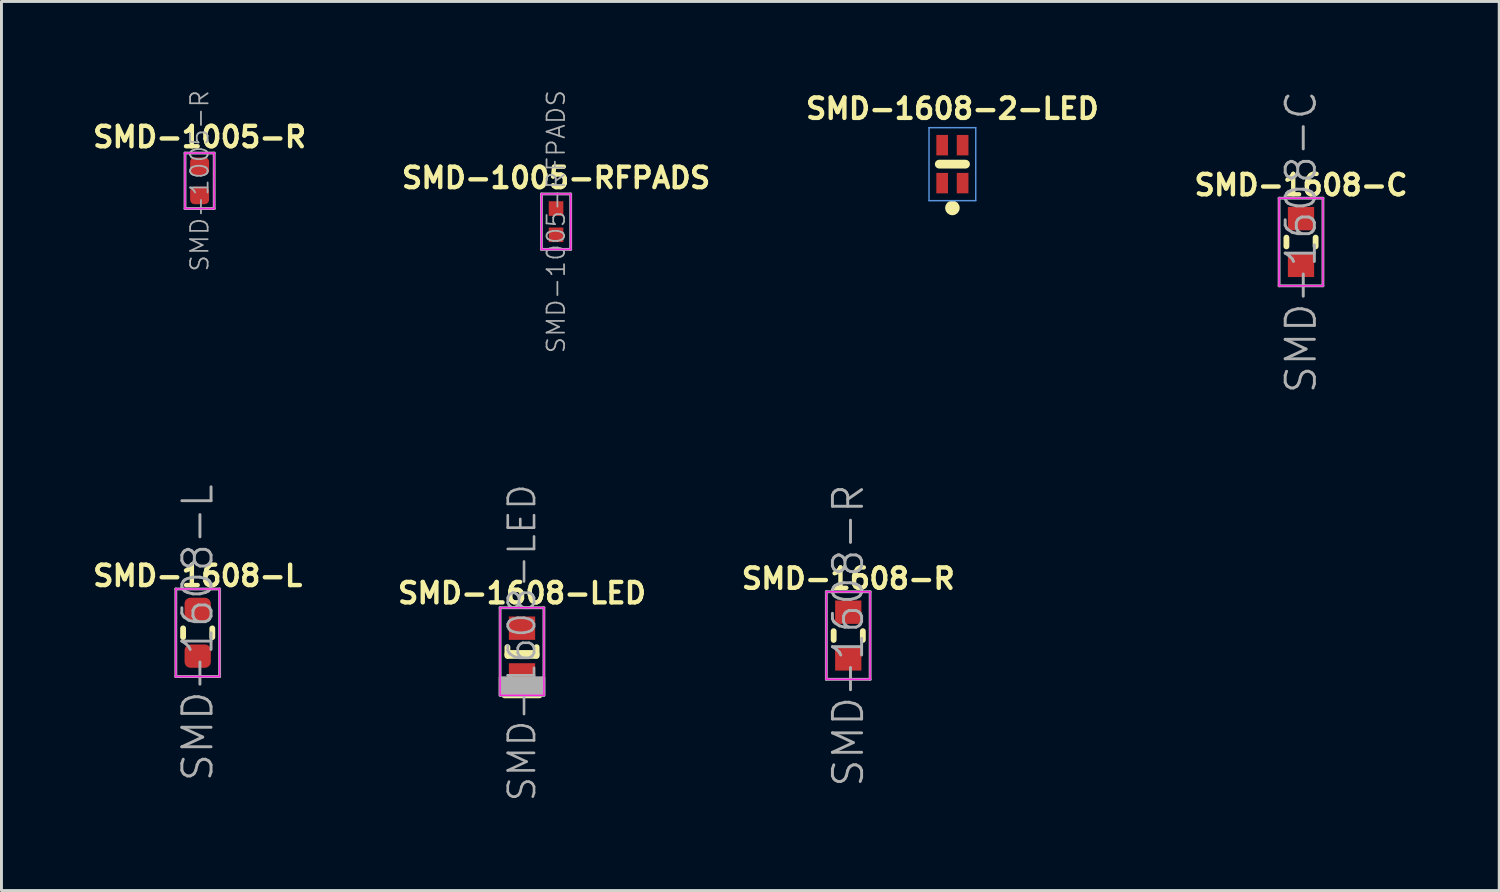
<source format=kicad_pcb>
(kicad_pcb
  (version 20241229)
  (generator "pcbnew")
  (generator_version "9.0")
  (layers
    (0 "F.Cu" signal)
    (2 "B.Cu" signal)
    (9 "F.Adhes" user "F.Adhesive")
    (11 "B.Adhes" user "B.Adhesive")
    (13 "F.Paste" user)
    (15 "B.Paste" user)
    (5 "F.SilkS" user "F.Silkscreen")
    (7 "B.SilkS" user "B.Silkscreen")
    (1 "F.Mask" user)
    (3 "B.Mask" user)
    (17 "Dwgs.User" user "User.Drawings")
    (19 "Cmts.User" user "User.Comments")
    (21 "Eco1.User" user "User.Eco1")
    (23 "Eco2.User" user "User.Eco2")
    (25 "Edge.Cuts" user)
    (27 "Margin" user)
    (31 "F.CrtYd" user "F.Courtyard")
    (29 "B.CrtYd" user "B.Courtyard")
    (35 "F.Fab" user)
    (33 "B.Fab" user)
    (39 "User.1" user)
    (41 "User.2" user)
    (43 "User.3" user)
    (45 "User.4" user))
  (footprint "SMD-1608-R"
    (layer "F.Cu")
    (at 26.008 18.721)
    (property "Reference" "SMD-1608-R" (at 0 -1.95 0) (layer "F.SilkS") (effects (font (size 0.7 0.7) (thickness 0.15))))
    (attr smd)
    (fp_line (start -0.5 -0.15) (end -0.5 0.15) (stroke (width 0.2) (type solid)) (layer "F.SilkS"))
    (fp_line (start 0.5 -0.15) (end 0.5 0.15) (stroke (width 0.2) (type solid)) (layer "F.SilkS"))
    (fp_line (start -0.75 -1.5) (end -0.75 1.5) (stroke (width 0.05) (type solid)) (layer "F.CrtYd"))
    (fp_line (start -0.75 1.5) (end 0.75 1.5) (stroke (width 0.05) (type solid)) (layer "F.CrtYd"))
    (fp_line (start 0.75 -1.5) (end -0.75 -1.5) (stroke (width 0.05) (type solid)) (layer "F.CrtYd"))
    (fp_line (start 0.75 1.5) (end 0.75 -1.5) (stroke (width 0.05) (type solid)) (layer "F.CrtYd"))
    (fp_line (start -0.75 -1.5) (end 0.75 -1.5) (stroke (width 0.1) (type solid)) (layer "F.Fab"))
    (fp_line (start -0.75 1.5) (end -0.75 -1.5) (stroke (width 0.1) (type solid)) (layer "F.Fab"))
    (fp_line (start 0.75 -1.5) (end 0.75 1.5) (stroke (width 0.1) (type solid)) (layer "F.Fab"))
    (fp_line (start 0.75 1.5) (end -0.75 1.5) (stroke (width 0.1) (type solid)) (layer "F.Fab"))
    (fp_text user "${REFERENCE}" (at 0 0 90) (layer "F.Fab") (effects (font (size 1 1) (thickness 0.1))))
    (pad "1" smd rect (at 0 -0.8) (size 0.9 0.8) (layers "F.Cu" "F.Mask" "F.Paste"))
    (pad "2" smd rect (at 0 0.8) (size 0.9 0.8) (layers "F.Cu" "F.Mask" "F.Paste")))
  (footprint "SMD-1608-LED"
    (layer "F.Cu")
    (at 14.832 19.269)
    (property "Reference" "SMD-1608-LED" (at 0 -2 0) (layer "F.SilkS") (effects (font (size 0.7 0.7) (thickness 0.15))))
    (attr smd)
    (fp_line (start -0.6 1.5) (end 0.6 1.5) (stroke (width 0.2) (type solid)) (layer "F.SilkS"))
    (fp_line (start -0.5 -0.15) (end -0.5 0.15) (stroke (width 0.2) (type solid)) (layer "F.SilkS"))
    (fp_line (start -0.45 0.1) (end 0.45 0.1) (stroke (width 0.3) (type solid)) (layer "F.SilkS"))
    (fp_line (start 0.5 -0.15) (end 0.5 0.15) (stroke (width 0.2) (type solid)) (layer "F.SilkS"))
    (fp_line (start -0.75 -1.5) (end -0.75 1.5) (stroke (width 0.05) (type solid)) (layer "F.CrtYd"))
    (fp_line (start -0.75 1.5) (end 0.75 1.5) (stroke (width 0.05) (type solid)) (layer "F.CrtYd"))
    (fp_line (start 0.75 -1.5) (end -0.75 -1.5) (stroke (width 0.05) (type solid)) (layer "F.CrtYd"))
    (fp_line (start 0.75 1.5) (end 0.75 -1.5) (stroke (width 0.05) (type solid)) (layer "F.CrtYd"))
    (fp_line (start -0.75 -1.5) (end 0.75 -1.5) (stroke (width 0.1) (type solid)) (layer "F.Fab"))
    (fp_line (start -0.75 0.95) (end 0.75 0.95) (stroke (width 0.1) (type solid)) (layer "F.Fab"))
    (fp_line (start -0.75 1.05) (end 0.75 1.05) (stroke (width 0.1) (type solid)) (layer "F.Fab"))
    (fp_line (start -0.75 1.15) (end 0.75 1.15) (stroke (width 0.1) (type solid)) (layer "F.Fab"))
    (fp_line (start -0.75 1.25) (end 0.75 1.25) (stroke (width 0.1) (type solid)) (layer "F.Fab"))
    (fp_line (start -0.75 1.35) (end 0.75 1.35) (stroke (width 0.1) (type solid)) (layer "F.Fab"))
    (fp_line (start -0.75 1.45) (end 0.75 1.45) (stroke (width 0.1) (type solid)) (layer "F.Fab"))
    (fp_line (start -0.75 1.5) (end -0.75 -1.5) (stroke (width 0.1) (type solid)) (layer "F.Fab"))
    (fp_line (start 0.75 -1.5) (end 0.75 1.5) (stroke (width 0.1) (type solid)) (layer "F.Fab"))
    (fp_line (start 0.75 0.9) (end -0.75 0.9) (stroke (width 0.1) (type solid)) (layer "F.Fab"))
    (fp_line (start 0.75 1) (end -0.75 1) (stroke (width 0.1) (type solid)) (layer "F.Fab"))
    (fp_line (start 0.75 1.1) (end -0.75 1.1) (stroke (width 0.1) (type solid)) (layer "F.Fab"))
    (fp_line (start 0.75 1.2) (end -0.75 1.2) (stroke (width 0.1) (type solid)) (layer "F.Fab"))
    (fp_line (start 0.75 1.3) (end -0.75 1.3) (stroke (width 0.1) (type solid)) (layer "F.Fab"))
    (fp_line (start 0.75 1.4) (end -0.75 1.4) (stroke (width 0.1) (type solid)) (layer "F.Fab"))
    (fp_line (start 0.75 1.5) (end -0.75 1.5) (stroke (width 0.1) (type solid)) (layer "F.Fab"))
    (fp_text user "${REFERENCE}" (at 0 -0.3 90) (layer "F.Fab") (effects (font (size 0.9 0.9) (thickness 0.09))))
    (pad "A" smd rect (at 0 -0.8) (size 0.9 0.8) (layers "F.Cu" "F.Mask" "F.Paste"))
    (pad "C" smd rect (at 0 0.8) (size 0.9 0.8) (layers "F.Cu" "F.Mask" "F.Paste")))
  (footprint "SMD-1608-C"
    (layer "F.Cu")
    (at 41.518 5.24)
    (property "Reference" "SMD-1608-C" (at 0 -1.95 0) (layer "F.SilkS") (effects (font (size 0.7 0.7) (thickness 0.15))))
    (attr smd)
    (fp_line (start -0.5 -0.15) (end -0.5 0.15) (stroke (width 0.2) (type solid)) (layer "F.SilkS"))
    (fp_line (start 0.5 -0.15) (end 0.5 0.15) (stroke (width 0.2) (type solid)) (layer "F.SilkS"))
    (fp_line (start -0.75 -1.5) (end -0.75 1.5) (stroke (width 0.05) (type solid)) (layer "F.CrtYd"))
    (fp_line (start -0.75 1.5) (end 0.75 1.5) (stroke (width 0.05) (type solid)) (layer "F.CrtYd"))
    (fp_line (start 0.75 -1.5) (end -0.75 -1.5) (stroke (width 0.05) (type solid)) (layer "F.CrtYd"))
    (fp_line (start 0.75 1.5) (end 0.75 -1.5) (stroke (width 0.05) (type solid)) (layer "F.CrtYd"))
    (fp_line (start -0.75 -1.5) (end 0.75 -1.5) (stroke (width 0.1) (type solid)) (layer "F.Fab"))
    (fp_line (start -0.75 1.5) (end -0.75 -1.5) (stroke (width 0.1) (type solid)) (layer "F.Fab"))
    (fp_line (start 0.75 -1.5) (end 0.75 1.5) (stroke (width 0.1) (type solid)) (layer "F.Fab"))
    (fp_line (start 0.75 1.5) (end -0.75 1.5) (stroke (width 0.1) (type solid)) (layer "F.Fab"))
    (fp_text user "${REFERENCE}" (at 0 0 90) (layer "F.Fab") (effects (font (size 1 1) (thickness 0.1))))
    (pad "1" smd rect (at 0 -0.8) (size 0.9 0.8) (layers "F.Cu" "F.Mask" "F.Paste"))
    (pad "2" smd rect (at 0 0.8) (size 0.9 0.8) (layers "F.Cu" "F.Mask" "F.Paste")))
  (footprint "SMD-1608-2-LED"
    (layer "F.Cu")
    (at 29.575 2.573)
    (property "Reference" "SMD-1608-2-LED" (at 0 -1.9 0) (layer "F.SilkS") (effects (font (size 0.7 0.7) (thickness 0.15))))
    (attr through_hole)
    (fp_line (start -0.45 0) (end 0.45 0) (stroke (width 0.3) (type solid)) (layer "F.SilkS"))
    (fp_circle (center 0 1.5) (end -0.125 1.5) (stroke (width 0.25) (type solid)) (fill no) (layer "F.SilkS"))
    (fp_line (start -0.8 -1.25) (end -0.8 1.25) (stroke (width 0.05) (type solid)) (layer "Cmts.User"))
    (fp_line (start -0.8 1.25) (end 0.8 1.25) (stroke (width 0.05) (type solid)) (layer "Cmts.User"))
    (fp_line (start 0.8 -1.25) (end -0.8 -1.25) (stroke (width 0.05) (type solid)) (layer "Cmts.User"))
    (fp_line (start 0.8 1.25) (end 0.8 -1.25) (stroke (width 0.05) (type solid)) (layer "Cmts.User"))
    (pad "A1" smd rect (at -0.35 -0.65) (size 0.4 0.7) (layers "F.Cu" "F.Mask" "F.Paste"))
    (pad "A2" smd rect (at 0.35 -0.65) (size 0.4 0.7) (layers "F.Cu" "F.Mask" "F.Paste"))
    (pad "C1" smd rect (at -0.35 0.65) (size 0.4 0.7) (layers "F.Cu" "F.Mask" "F.Paste"))
    (pad "C2" smd rect (at 0.35 0.65) (size 0.4 0.7) (layers "F.Cu" "F.Mask" "F.Paste")))
  (footprint "SMD-1005-RFPADS"
    (layer "F.Cu")
    (at 15.998 4.544)
    (property "Reference" "SMD-1005-RFPADS" (at 0 -1.5 0) (layer "F.SilkS") (effects (font (size 0.7 0.7) (thickness 0.15))))
    (attr smd)
    (fp_line (start -0.5 -0.95) (end 0.5 -0.95) (stroke (width 0.05) (type solid)) (layer "F.CrtYd"))
    (fp_line (start -0.5 0.95) (end -0.5 -0.95) (stroke (width 0.05) (type solid)) (layer "F.CrtYd"))
    (fp_line (start 0.5 -0.95) (end 0.5 0.95) (stroke (width 0.05) (type solid)) (layer "F.CrtYd"))
    (fp_line (start 0.5 0.95) (end -0.5 0.95) (stroke (width 0.05) (type solid)) (layer "F.CrtYd"))
    (fp_line (start -0.5 -0.95) (end 0.5 -0.95) (stroke (width 0.1) (type solid)) (layer "F.Fab"))
    (fp_line (start -0.5 0.95) (end -0.5 -0.95) (stroke (width 0.1) (type solid)) (layer "F.Fab"))
    (fp_line (start 0.5 -0.95) (end 0.5 0.95) (stroke (width 0.1) (type solid)) (layer "F.Fab"))
    (fp_line (start 0.5 0.95) (end -0.5 0.95) (stroke (width 0.1) (type solid)) (layer "F.Fab"))
    (fp_text user "${REFERENCE}" (at 0 0 90) (layer "F.Fab") (effects (font (size 0.6 0.6) (thickness 0.06))))
    (pad "1" smd rect (at 0 -0.45) (size 0.5 0.5) (layers "F.Cu" "F.Mask" "F.Paste"))
    (pad "2" smd rect (at 0 0.45) (size 0.5 0.5) (layers "F.Cu" "F.Mask" "F.Paste")))
  (footprint "SMD-1608-L"
    (layer "F.Cu")
    (at 3.722 18.626)
    (property "Reference" "SMD-1608-L" (at 0 -1.95 0) (layer "F.SilkS") (effects (font (size 0.7 0.7) (thickness 0.15))))
    (attr smd)
    (fp_line (start -0.5 -0.15) (end -0.5 0.15) (stroke (width 0.2) (type solid)) (layer "F.SilkS"))
    (fp_line (start 0.5 -0.15) (end 0.5 0.15) (stroke (width 0.2) (type solid)) (layer "F.SilkS"))
    (fp_line (start -0.75 -1.5) (end -0.75 1.5) (stroke (width 0.05) (type solid)) (layer "F.CrtYd"))
    (fp_line (start -0.75 1.5) (end 0.75 1.5) (stroke (width 0.05) (type solid)) (layer "F.CrtYd"))
    (fp_line (start 0.75 -1.5) (end -0.75 -1.5) (stroke (width 0.05) (type solid)) (layer "F.CrtYd"))
    (fp_line (start 0.75 1.5) (end 0.75 -1.5) (stroke (width 0.05) (type solid)) (layer "F.CrtYd"))
    (fp_line (start -0.75 -1.5) (end 0.75 -1.5) (stroke (width 0.1) (type solid)) (layer "F.Fab"))
    (fp_line (start -0.75 1.5) (end -0.75 -1.5) (stroke (width 0.1) (type solid)) (layer "F.Fab"))
    (fp_line (start 0.75 -1.5) (end 0.75 1.5) (stroke (width 0.1) (type solid)) (layer "F.Fab"))
    (fp_line (start 0.75 1.5) (end -0.75 1.5) (stroke (width 0.1) (type solid)) (layer "F.Fab"))
    (fp_text user "${REFERENCE}" (at 0 0 90) (layer "F.Fab") (effects (font (size 1 1) (thickness 0.1))))
    (pad "1" smd roundrect (at 0 -0.8) (size 0.9 0.8) (layers "F.Cu" "F.Mask" "F.Paste") (roundrect_rratio 0.25))
    (pad "2" smd roundrect (at 0 0.8) (size 0.9 0.8) (layers "F.Cu" "F.Mask" "F.Paste") (roundrect_rratio 0.25)))
  (footprint "SMD-1005-R"
    (layer "F.Cu")
    (at 3.788 3.144)
    (property "Reference" "SMD-1005-R" (at 0 -1.5 0) (layer "F.SilkS") (effects (font (size 0.7 0.7) (thickness 0.15))))
    (attr smd)
    (fp_line (start -0.5 -0.95) (end 0.5 -0.95) (stroke (width 0.05) (type solid)) (layer "F.CrtYd"))
    (fp_line (start -0.5 0.95) (end -0.5 -0.95) (stroke (width 0.05) (type solid)) (layer "F.CrtYd"))
    (fp_line (start 0.5 -0.95) (end 0.5 0.95) (stroke (width 0.05) (type solid)) (layer "F.CrtYd"))
    (fp_line (start 0.5 0.95) (end -0.5 0.95) (stroke (width 0.05) (type solid)) (layer "F.CrtYd"))
    (fp_line (start -0.5 -0.95) (end 0.5 -0.95) (stroke (width 0.1) (type solid)) (layer "F.Fab"))
    (fp_line (start -0.5 0.95) (end -0.5 -0.95) (stroke (width 0.1) (type solid)) (layer "F.Fab"))
    (fp_line (start 0.5 -0.95) (end 0.5 0.95) (stroke (width 0.1) (type solid)) (layer "F.Fab"))
    (fp_line (start 0.5 0.95) (end -0.5 0.95) (stroke (width 0.1) (type solid)) (layer "F.Fab"))
    (fp_text user "${REFERENCE}" (at 0 0 90) (layer "F.Fab") (effects (font (size 0.6 0.6) (thickness 0.06))))
    (pad "1" smd roundrect (at 0 -0.5) (size 0.65 0.6) (layers "F.Cu" "F.Mask" "F.Paste") (roundrect_rratio 0.25))
    (pad "2" smd roundrect (at 0 0.5) (size 0.65 0.6) (layers "F.Cu" "F.Mask" "F.Paste") (roundrect_rratio 0.25)))
  (gr_rect
    (start -3 -3)
    (end 48.307 27.457)
    (stroke (width 0.1) (type default))
    (fill no)
    (layer "Edge.Cuts")))
</source>
